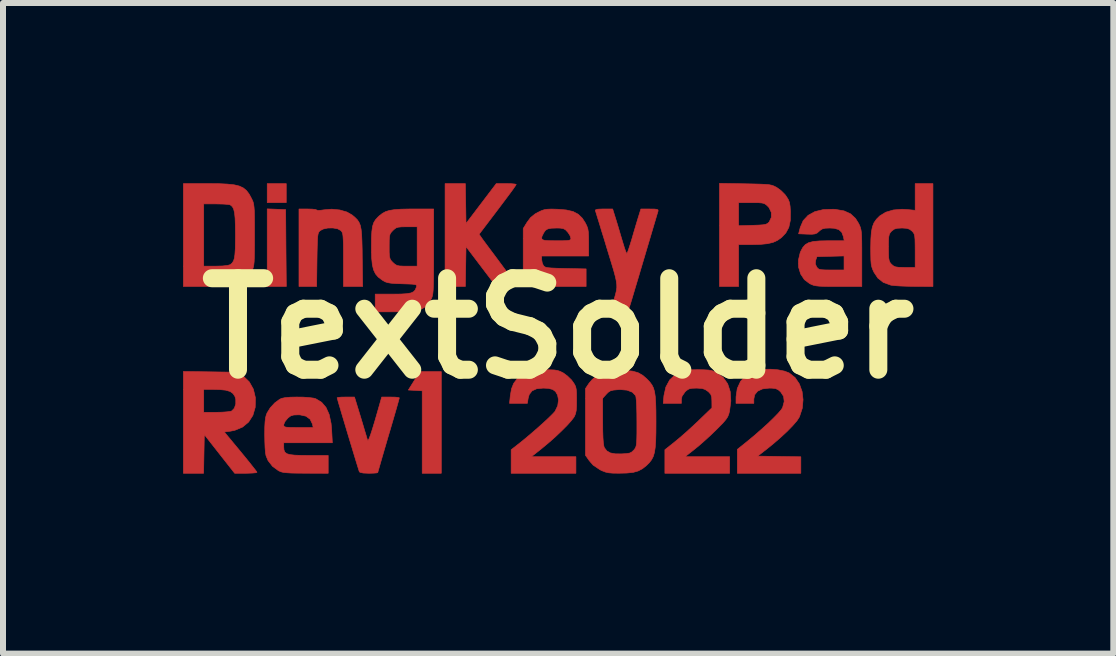
<source format=kicad_pcb>
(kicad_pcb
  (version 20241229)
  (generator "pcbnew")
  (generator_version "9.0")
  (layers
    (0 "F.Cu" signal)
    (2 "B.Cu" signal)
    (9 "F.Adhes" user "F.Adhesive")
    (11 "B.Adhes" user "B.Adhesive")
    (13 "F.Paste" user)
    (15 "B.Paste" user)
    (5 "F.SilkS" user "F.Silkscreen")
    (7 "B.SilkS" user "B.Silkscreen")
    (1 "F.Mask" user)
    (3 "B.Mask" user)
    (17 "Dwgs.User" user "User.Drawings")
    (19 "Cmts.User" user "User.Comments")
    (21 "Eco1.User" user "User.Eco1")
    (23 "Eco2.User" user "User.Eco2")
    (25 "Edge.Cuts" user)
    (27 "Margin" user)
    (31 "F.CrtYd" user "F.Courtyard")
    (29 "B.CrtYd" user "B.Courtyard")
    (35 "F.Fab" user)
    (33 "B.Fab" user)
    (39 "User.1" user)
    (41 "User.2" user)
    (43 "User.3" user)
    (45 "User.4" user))
  (footprint "TextSolder"
    (layer "F.Cu")
    (at 6.249 2.42)
    (property "Reference" "TextSolder" (at 0 0 0) (layer "F.SilkS") (effects (font (size 1.524 1.524) (thickness 0.3))))
    (attr through_hole exclude_from_pos_files exclude_from_bom)
    (fp_poly (pts (xy -4.53 -2.094) (xy -4.847 -2.094) (xy -4.847 -2.411) (xy -4.53 -2.411) (xy -4.53 -2.094)) (stroke (width 0.01) (type solid)) (fill yes) (layer "F.Cu"))
    (fp_poly (pts (xy -4.54 -1.978) (xy -4.535 -1.337) (xy -4.529 -0.697) (xy -4.847 -0.697) (xy -4.847 -1.99) (xy -4.54 -1.978)) (stroke (width 0.01) (type solid)) (fill yes) (layer "F.Cu"))
    (fp_poly (pts (xy -1.947 2.415) (xy -2.265 2.415) (xy -2.265 1.041) (xy -2.381 1.034) (xy -2.496 1.028) (xy -2.304 0.721) (xy -1.947 0.721) (xy -1.947 2.415)) (stroke (width 0.01) (type solid)) (fill yes) (layer "F.Cu"))
    (fp_poly (pts (xy -1.535 -1.747) (xy -1.283 -2.079) (xy -1.031 -2.411) (xy -0.865 -2.411) (xy -0.787 -2.41) (xy -0.729 -2.405) (xy -0.7 -2.399) (xy -0.699 -2.397) (xy -0.711 -2.376) (xy -0.745 -2.327) (xy -0.798 -2.254) (xy -0.867 -2.162) (xy -0.947 -2.055) (xy -1.008 -1.974) (xy -1.317 -1.567) (xy -1.268 -1.497) (xy -1.24 -1.458) (xy -1.191 -1.392) (xy -1.127 -1.306) (xy -1.052 -1.206) (xy -0.972 -1.098) (xy -0.968 -1.093) (xy -0.891 -0.989) (xy -0.821 -0.894) (xy -0.765 -0.816) (xy -0.725 -0.759) (xy -0.707 -0.73) (xy -0.706 -0.728) (xy -0.707 -0.712) (xy -0.728 -0.703) (xy -0.777 -0.698) (xy -0.861 -0.697) (xy -1.031 -0.697) (xy -1.283 -1.029) (xy -1.535 -1.361) (xy -1.546 -0.697) (xy -1.884 -0.697) (xy -1.884 -2.411) (xy -1.546 -2.411) (xy -1.535 -1.747)) (stroke (width 0.01) (type solid)) (fill yes) (layer "F.Cu"))
    (fp_poly (pts (xy -4.097 -1.986) (xy -4.044 -1.98) (xy -4.022 -1.971) (xy -4.022 -1.971) (xy -4.003 -1.964) (xy -3.954 -1.967) (xy -3.903 -1.974) (xy -3.771 -1.985) (xy -3.639 -1.972) (xy -3.52 -1.938) (xy -3.431 -1.887) (xy -3.383 -1.846) (xy -3.346 -1.809) (xy -3.318 -1.767) (xy -3.297 -1.717) (xy -3.283 -1.651) (xy -3.274 -1.564) (xy -3.269 -1.451) (xy -3.265 -1.305) (xy -3.264 -1.189) (xy -3.257 -0.697) (xy -3.577 -0.697) (xy -3.577 -1.141) (xy -3.577 -1.29) (xy -3.578 -1.403) (xy -3.581 -1.484) (xy -3.585 -1.541) (xy -3.591 -1.579) (xy -3.601 -1.604) (xy -3.614 -1.622) (xy -3.619 -1.628) (xy -3.673 -1.658) (xy -3.751 -1.672) (xy -3.837 -1.671) (xy -3.915 -1.654) (xy -3.961 -1.63) (xy -3.978 -1.616) (xy -3.99 -1.598) (xy -3.999 -1.573) (xy -4.006 -1.533) (xy -4.01 -1.473) (xy -4.013 -1.387) (xy -4.016 -1.27) (xy -4.018 -1.143) (xy -4.024 -0.697) (xy -4.318 -0.697) (xy -4.318 -1.988) (xy -4.17 -1.988) (xy -4.097 -1.986)) (stroke (width 0.01) (type solid)) (fill yes) (layer "F.Cu"))
    (fp_poly (pts (xy -5.791 0.725) (xy -5.338 0.732) (xy -5.246 0.796) (xy -5.146 0.892) (xy -5.078 1.013) (xy -5.044 1.155) (xy -5.044 1.161) (xy -5.047 1.316) (xy -5.086 1.45) (xy -5.157 1.561) (xy -5.258 1.645) (xy -5.387 1.699) (xy -5.462 1.714) (xy -5.562 1.727) (xy -5.29 2.055) (xy -5.208 2.155) (xy -5.135 2.245) (xy -5.077 2.319) (xy -5.036 2.371) (xy -5.018 2.397) (xy -5.018 2.399) (xy -5.037 2.406) (xy -5.089 2.411) (xy -5.164 2.414) (xy -5.203 2.415) (xy -5.389 2.415) (xy -5.642 2.093) (xy -5.895 1.771) (xy -5.901 2.093) (xy -5.907 2.415) (xy -6.244 2.415) (xy -6.244 1.399) (xy -5.905 1.399) (xy -5.692 1.399) (xy -5.598 1.397) (xy -5.516 1.391) (xy -5.459 1.383) (xy -5.44 1.378) (xy -5.395 1.332) (xy -5.371 1.262) (xy -5.371 1.183) (xy -5.384 1.137) (xy -5.416 1.087) (xy -5.465 1.052) (xy -5.54 1.03) (xy -5.645 1.02) (xy -5.741 1.018) (xy -5.905 1.018) (xy -5.905 1.399) (xy -6.244 1.399) (xy -6.244 0.719) (xy -5.791 0.725)) (stroke (width 0.01) (type solid)) (fill yes) (layer "F.Cu"))
    (fp_poly (pts (xy 3.117 -2.408) (xy 3.263 -2.405) (xy 3.373 -2.402) (xy 3.454 -2.398) (xy 3.513 -2.393) (xy 3.557 -2.384) (xy 3.592 -2.372) (xy 3.624 -2.356) (xy 3.64 -2.348) (xy 3.71 -2.297) (xy 3.778 -2.23) (xy 3.798 -2.203) (xy 3.832 -2.15) (xy 3.853 -2.099) (xy 3.864 -2.035) (xy 3.87 -1.945) (xy 3.87 -1.943) (xy 3.868 -1.798) (xy 3.843 -1.682) (xy 3.793 -1.589) (xy 3.722 -1.514) (xy 3.655 -1.466) (xy 3.578 -1.431) (xy 3.485 -1.41) (xy 3.365 -1.398) (xy 3.229 -1.395) (xy 3.006 -1.395) (xy 3.006 -0.697) (xy 2.688 -0.697) (xy 2.688 -2.094) (xy 3.006 -2.094) (xy 3.006 -1.709) (xy 3.24 -1.716) (xy 3.344 -1.72) (xy 3.414 -1.725) (xy 3.46 -1.734) (xy 3.489 -1.747) (xy 3.51 -1.767) (xy 3.516 -1.773) (xy 3.552 -1.849) (xy 3.551 -1.932) (xy 3.514 -2.01) (xy 3.494 -2.032) (xy 3.464 -2.06) (xy 3.435 -2.078) (xy 3.397 -2.088) (xy 3.341 -2.093) (xy 3.255 -2.094) (xy 3.219 -2.094) (xy 3.006 -2.094) (xy 2.688 -2.094) (xy 2.688 -2.415) (xy 3.117 -2.408)) (stroke (width 0.01) (type solid)) (fill yes) (layer "F.Cu"))
    (fp_poly (pts (xy 3.662 0.691) (xy 3.771 0.713) (xy 3.85 0.744) (xy 3.947 0.821) (xy 4.019 0.927) (xy 4.064 1.052) (xy 4.08 1.19) (xy 4.067 1.332) (xy 4.021 1.472) (xy 4.018 1.478) (xy 3.979 1.539) (xy 3.91 1.619) (xy 3.819 1.713) (xy 3.709 1.815) (xy 3.588 1.92) (xy 3.477 2.01) (xy 3.324 2.129) (xy 3.683 2.135) (xy 4.043 2.14) (xy 4.043 2.415) (xy 2.985 2.415) (xy 2.985 2.017) (xy 3.138 1.894) (xy 3.264 1.79) (xy 3.384 1.685) (xy 3.495 1.585) (xy 3.59 1.493) (xy 3.667 1.414) (xy 3.718 1.354) (xy 3.739 1.321) (xy 3.766 1.22) (xy 3.756 1.134) (xy 3.708 1.061) (xy 3.706 1.058) (xy 3.665 1.023) (xy 3.623 1.004) (xy 3.565 0.997) (xy 3.517 0.996) (xy 3.405 1.009) (xy 3.323 1.047) (xy 3.274 1.108) (xy 3.26 1.178) (xy 3.26 1.25) (xy 2.963 1.25) (xy 2.964 1.139) (xy 2.984 1.002) (xy 3.039 0.883) (xy 3.126 0.787) (xy 3.241 0.72) (xy 3.308 0.699) (xy 3.416 0.683) (xy 3.539 0.681) (xy 3.662 0.691)) (stroke (width 0.01) (type solid)) (fill yes) (layer "F.Cu"))
    (fp_poly (pts (xy -3.291 1.478) (xy -3.256 1.594) (xy -3.225 1.699) (xy -3.199 1.784) (xy -3.182 1.843) (xy -3.176 1.862) (xy -3.167 1.866) (xy -3.15 1.837) (xy -3.125 1.772) (xy -3.092 1.67) (xy -3.05 1.531) (xy -2.999 1.353) (xy -2.959 1.213) (xy -2.94 1.145) (xy -2.793 1.145) (xy -2.72 1.146) (xy -2.668 1.151) (xy -2.646 1.158) (xy -2.646 1.158) (xy -2.652 1.181) (xy -2.668 1.24) (xy -2.693 1.329) (xy -2.726 1.443) (xy -2.765 1.577) (xy -2.809 1.727) (xy -2.826 1.783) (xy -2.871 1.937) (xy -2.912 2.077) (xy -2.947 2.198) (xy -2.975 2.296) (xy -2.995 2.365) (xy -3.005 2.401) (xy -3.006 2.404) (xy -3.025 2.409) (xy -3.076 2.413) (xy -3.148 2.415) (xy -3.154 2.415) (xy -3.248 2.411) (xy -3.301 2.399) (xy -3.313 2.388) (xy -3.323 2.357) (xy -3.343 2.292) (xy -3.371 2.201) (xy -3.405 2.089) (xy -3.443 1.963) (xy -3.484 1.828) (xy -3.525 1.691) (xy -3.565 1.557) (xy -3.602 1.434) (xy -3.634 1.325) (xy -3.66 1.239) (xy -3.676 1.181) (xy -3.683 1.157) (xy -3.683 1.157) (xy -3.664 1.151) (xy -3.613 1.146) (xy -3.541 1.145) (xy -3.538 1.145) (xy -3.393 1.145) (xy -3.291 1.478)) (stroke (width 0.01) (type solid)) (fill yes) (layer "F.Cu"))
    (fp_poly (pts (xy 2.426 0.691) (xy 2.503 0.695) (xy 2.56 0.705) (xy 2.606 0.721) (xy 2.639 0.737) (xy 2.748 0.817) (xy 2.824 0.924) (xy 2.867 1.055) (xy 2.877 1.211) (xy 2.855 1.382) (xy 2.842 1.431) (xy 2.824 1.475) (xy 2.794 1.52) (xy 2.748 1.574) (xy 2.678 1.646) (xy 2.638 1.686) (xy 2.545 1.776) (xy 2.442 1.87) (xy 2.345 1.955) (xy 2.279 2.009) (xy 2.114 2.139) (xy 2.857 2.139) (xy 2.857 2.415) (xy 1.778 2.415) (xy 1.778 2.219) (xy 1.778 2.023) (xy 1.951 1.885) (xy 2.034 1.816) (xy 2.135 1.728) (xy 2.24 1.632) (xy 2.339 1.54) (xy 2.342 1.536) (xy 2.562 1.324) (xy 2.561 1.215) (xy 2.558 1.146) (xy 2.543 1.101) (xy 2.51 1.063) (xy 2.496 1.051) (xy 2.449 1.019) (xy 2.398 1.002) (xy 2.326 0.997) (xy 2.304 0.996) (xy 2.228 0.999) (xy 2.179 1.01) (xy 2.14 1.035) (xy 2.115 1.058) (xy 2.064 1.131) (xy 2.053 1.185) (xy 2.053 1.25) (xy 1.751 1.25) (xy 1.762 1.123) (xy 1.794 0.979) (xy 1.858 0.86) (xy 1.954 0.768) (xy 1.985 0.748) (xy 2.032 0.722) (xy 2.076 0.705) (xy 2.126 0.695) (xy 2.194 0.691) (xy 2.29 0.69) (xy 2.318 0.689) (xy 2.426 0.691)) (stroke (width 0.01) (type solid)) (fill yes) (layer "F.Cu"))
    (fp_poly (pts (xy 0.972 -1.782) (xy 1.006 -1.67) (xy 1.041 -1.55) (xy 1.073 -1.443) (xy 1.083 -1.411) (xy 1.106 -1.335) (xy 1.127 -1.278) (xy 1.141 -1.249) (xy 1.144 -1.247) (xy 1.155 -1.266) (xy 1.174 -1.318) (xy 1.199 -1.395) (xy 1.227 -1.485) (xy 1.259 -1.596) (xy 1.292 -1.707) (xy 1.321 -1.804) (xy 1.337 -1.856) (xy 1.378 -1.988) (xy 1.526 -1.988) (xy 1.604 -1.987) (xy 1.647 -1.982) (xy 1.665 -1.971) (xy 1.664 -1.953) (xy 1.664 -1.951) (xy 1.655 -1.923) (xy 1.636 -1.859) (xy 1.608 -1.764) (xy 1.572 -1.643) (xy 1.53 -1.501) (xy 1.483 -1.343) (xy 1.439 -1.194) (xy 1.388 -1.023) (xy 1.34 -0.86) (xy 1.295 -0.711) (xy 1.257 -0.583) (xy 1.226 -0.479) (xy 1.204 -0.407) (xy 1.193 -0.374) (xy 1.161 -0.274) (xy 0.871 -0.274) (xy 0.912 -0.416) (xy 0.937 -0.5) (xy 0.956 -0.568) (xy 0.97 -0.626) (xy 0.977 -0.679) (xy 0.976 -0.733) (xy 0.967 -0.796) (xy 0.95 -0.872) (xy 0.924 -0.968) (xy 0.887 -1.09) (xy 0.84 -1.244) (xy 0.813 -1.332) (xy 0.767 -1.485) (xy 0.723 -1.626) (xy 0.686 -1.749) (xy 0.655 -1.848) (xy 0.633 -1.92) (xy 0.621 -1.958) (xy 0.619 -1.962) (xy 0.626 -1.976) (xy 0.662 -1.985) (xy 0.733 -1.988) (xy 0.759 -1.988) (xy 0.908 -1.988) (xy 0.972 -1.782)) (stroke (width 0.01) (type solid)) (fill yes) (layer "F.Cu"))
    (fp_poly (pts (xy -5.654 -2.41) (xy -5.511 -2.403) (xy -5.398 -2.391) (xy -5.311 -2.37) (xy -5.244 -2.338) (xy -5.192 -2.295) (xy -5.149 -2.238) (xy -5.112 -2.17) (xy -5.095 -2.136) (xy -5.082 -2.104) (xy -5.073 -2.067) (xy -5.067 -2.021) (xy -5.062 -1.958) (xy -5.06 -1.873) (xy -5.059 -1.76) (xy -5.059 -1.613) (xy -5.059 -1.554) (xy -5.059 -1.394) (xy -5.06 -1.27) (xy -5.062 -1.176) (xy -5.065 -1.107) (xy -5.071 -1.056) (xy -5.079 -1.016) (xy -5.09 -0.983) (xy -5.105 -0.95) (xy -5.112 -0.938) (xy -5.152 -0.866) (xy -5.195 -0.81) (xy -5.249 -0.768) (xy -5.317 -0.737) (xy -5.405 -0.717) (xy -5.519 -0.704) (xy -5.665 -0.698) (xy -5.835 -0.697) (xy -6.244 -0.697) (xy -6.244 -2.073) (xy -5.905 -2.073) (xy -5.905 -1.036) (xy -5.699 -1.036) (xy -5.589 -1.039) (xy -5.508 -1.048) (xy -5.462 -1.061) (xy -5.459 -1.063) (xy -5.431 -1.089) (xy -5.409 -1.122) (xy -5.394 -1.168) (xy -5.385 -1.233) (xy -5.379 -1.324) (xy -5.377 -1.446) (xy -5.376 -1.554) (xy -5.378 -1.712) (xy -5.382 -1.833) (xy -5.391 -1.922) (xy -5.406 -1.985) (xy -5.427 -2.026) (xy -5.455 -2.051) (xy -5.473 -2.06) (xy -5.508 -2.065) (xy -5.574 -2.07) (xy -5.66 -2.072) (xy -5.706 -2.073) (xy -5.905 -2.073) (xy -6.244 -2.073) (xy -6.244 -2.411) (xy -5.835 -2.411) (xy -5.654 -2.41)) (stroke (width 0.01) (type solid)) (fill yes) (layer "F.Cu"))
    (fp_poly (pts (xy -0.137 0.691) (xy -0.062 0.694) (xy -0.008 0.703) (xy 0.037 0.719) (xy 0.083 0.742) (xy 0.084 0.742) (xy 0.154 0.794) (xy 0.222 0.86) (xy 0.242 0.887) (xy 0.272 0.931) (xy 0.291 0.97) (xy 0.301 1.016) (xy 0.306 1.078) (xy 0.307 1.17) (xy 0.307 1.194) (xy 0.306 1.297) (xy 0.301 1.37) (xy 0.29 1.421) (xy 0.273 1.463) (xy 0.261 1.484) (xy 0.216 1.542) (xy 0.146 1.62) (xy 0.056 1.71) (xy -0.047 1.808) (xy -0.156 1.904) (xy -0.264 1.994) (xy -0.282 2.009) (xy -0.447 2.139) (xy 0.296 2.139) (xy 0.296 2.415) (xy -0.783 2.415) (xy -0.783 2.219) (xy -0.783 2.023) (xy -0.629 1.902) (xy -0.538 1.828) (xy -0.439 1.744) (xy -0.339 1.657) (xy -0.244 1.572) (xy -0.161 1.495) (xy -0.096 1.431) (xy -0.056 1.388) (xy -0.051 1.381) (xy -0.007 1.289) (xy 0.006 1.192) (xy -0.01 1.111) (xy -0.044 1.053) (xy -0.092 1.018) (xy -0.164 1) (xy -0.25 0.996) (xy -0.359 1.007) (xy -0.435 1.042) (xy -0.482 1.103) (xy -0.5 1.167) (xy -0.513 1.25) (xy -0.81 1.25) (xy -0.797 1.123) (xy -0.777 1.007) (xy -0.741 0.917) (xy -0.681 0.838) (xy -0.664 0.819) (xy -0.605 0.766) (xy -0.547 0.729) (xy -0.481 0.706) (xy -0.397 0.694) (xy -0.283 0.69) (xy -0.243 0.69) (xy -0.137 0.691)) (stroke (width 0.01) (type solid)) (fill yes) (layer "F.Cu"))
    (fp_poly (pts (xy 6.244 -0.697) (xy 5.932 -0.699) (xy 5.814 -0.701) (xy 5.704 -0.705) (xy 5.612 -0.711) (xy 5.55 -0.718) (xy 5.537 -0.721) (xy 5.417 -0.765) (xy 5.326 -0.837) (xy 5.261 -0.935) (xy 5.24 -0.981) (xy 5.225 -1.024) (xy 5.215 -1.073) (xy 5.21 -1.137) (xy 5.208 -1.226) (xy 5.207 -1.341) (xy 5.207 -1.343) (xy 5.503 -1.343) (xy 5.504 -1.242) (xy 5.507 -1.173) (xy 5.515 -1.129) (xy 5.528 -1.098) (xy 5.549 -1.072) (xy 5.555 -1.066) (xy 5.586 -1.04) (xy 5.621 -1.024) (xy 5.671 -1.017) (xy 5.749 -1.015) (xy 5.778 -1.014) (xy 5.948 -1.014) (xy 5.948 -1.291) (xy 5.947 -1.404) (xy 5.945 -1.483) (xy 5.94 -1.536) (xy 5.931 -1.571) (xy 5.917 -1.596) (xy 5.896 -1.619) (xy 5.856 -1.65) (xy 5.808 -1.666) (xy 5.735 -1.671) (xy 5.726 -1.671) (xy 5.65 -1.667) (xy 5.6 -1.653) (xy 5.56 -1.623) (xy 5.555 -1.619) (xy 5.532 -1.593) (xy 5.517 -1.564) (xy 5.508 -1.523) (xy 5.504 -1.461) (xy 5.503 -1.368) (xy 5.503 -1.343) (xy 5.207 -1.343) (xy 5.21 -1.489) (xy 5.218 -1.603) (xy 5.235 -1.69) (xy 5.262 -1.759) (xy 5.302 -1.817) (xy 5.357 -1.872) (xy 5.361 -1.875) (xy 5.459 -1.935) (xy 5.585 -1.972) (xy 5.731 -1.984) (xy 5.815 -1.979) (xy 5.948 -1.966) (xy 5.948 -2.411) (xy 6.244 -2.411) (xy 6.244 -0.697)) (stroke (width 0.01) (type solid)) (fill yes) (layer "F.Cu"))
    (fp_poly (pts (xy -4.252 1.146) (xy -4.153 1.153) (xy -4.074 1.163) (xy -4.037 1.174) (xy -3.94 1.233) (xy -3.867 1.319) (xy -3.815 1.435) (xy -3.783 1.585) (xy -3.773 1.7) (xy -3.762 1.907) (xy -4.572 1.907) (xy -4.572 1.979) (xy -4.568 2.027) (xy -4.553 2.063) (xy -4.522 2.088) (xy -4.469 2.104) (xy -4.388 2.113) (xy -4.275 2.117) (xy -4.155 2.118) (xy -3.831 2.118) (xy -3.831 2.415) (xy -4.207 2.414) (xy -4.346 2.413) (xy -4.449 2.411) (xy -4.525 2.406) (xy -4.579 2.4) (xy -4.619 2.39) (xy -4.653 2.375) (xy -4.659 2.372) (xy -4.758 2.3) (xy -4.833 2.204) (xy -4.867 2.123) (xy -4.876 2.072) (xy -4.883 1.989) (xy -4.887 1.886) (xy -4.889 1.775) (xy -4.889 1.769) (xy -4.888 1.646) (xy -4.886 1.609) (xy -4.572 1.609) (xy -4.57 1.627) (xy -4.558 1.64) (xy -4.53 1.647) (xy -4.479 1.651) (xy -4.397 1.652) (xy -4.326 1.653) (xy -4.081 1.653) (xy -4.094 1.594) (xy -4.132 1.515) (xy -4.201 1.464) (xy -4.3 1.442) (xy -4.331 1.441) (xy -4.405 1.444) (xy -4.454 1.458) (xy -4.496 1.489) (xy -4.51 1.503) (xy -4.55 1.552) (xy -4.571 1.599) (xy -4.572 1.609) (xy -4.886 1.609) (xy -4.883 1.556) (xy -4.875 1.49) (xy -4.862 1.44) (xy -4.849 1.409) (xy -4.795 1.322) (xy -4.721 1.242) (xy -4.641 1.183) (xy -4.608 1.167) (xy -4.55 1.155) (xy -4.463 1.147) (xy -4.36 1.145) (xy -4.252 1.146)) (stroke (width 0.01) (type solid)) (fill yes) (layer "F.Cu"))
    (fp_poly (pts (xy 4.621 -1.981) (xy 4.762 -1.957) (xy 4.871 -1.908) (xy 4.954 -1.831) (xy 5.004 -1.751) (xy 5.022 -1.715) (xy 5.035 -1.681) (xy 5.045 -1.643) (xy 5.052 -1.596) (xy 5.056 -1.532) (xy 5.058 -1.446) (xy 5.059 -1.33) (xy 5.059 -1.179) (xy 5.059 -1.169) (xy 5.059 -0.697) (xy 4.672 -0.697) (xy 4.533 -0.697) (xy 4.429 -0.699) (xy 4.353 -0.702) (xy 4.297 -0.708) (xy 4.255 -0.717) (xy 4.219 -0.731) (xy 4.19 -0.745) (xy 4.102 -0.811) (xy 4.04 -0.905) (xy 4.006 -1.016) (xy 4.004 -1.074) (xy 4.284 -1.074) (xy 4.306 -1.024) (xy 4.324 -1.001) (xy 4.346 -0.985) (xy 4.382 -0.977) (xy 4.441 -0.973) (xy 4.531 -0.972) (xy 4.551 -0.972) (xy 4.763 -0.972) (xy 4.763 -1.206) (xy 4.537 -1.2) (xy 4.311 -1.194) (xy 4.291 -1.135) (xy 4.284 -1.074) (xy 4.004 -1.074) (xy 4.003 -1.137) (xy 4.032 -1.26) (xy 4.042 -1.284) (xy 4.077 -1.349) (xy 4.119 -1.396) (xy 4.174 -1.427) (xy 4.251 -1.447) (xy 4.355 -1.456) (xy 4.494 -1.459) (xy 4.766 -1.459) (xy 4.752 -1.528) (xy 4.725 -1.6) (xy 4.676 -1.645) (xy 4.598 -1.667) (xy 4.526 -1.671) (xy 4.45 -1.668) (xy 4.4 -1.656) (xy 4.361 -1.63) (xy 4.347 -1.617) (xy 4.314 -1.588) (xy 4.278 -1.573) (xy 4.227 -1.567) (xy 4.15 -1.569) (xy 4.006 -1.575) (xy 4.033 -1.68) (xy 4.082 -1.794) (xy 4.164 -1.882) (xy 4.276 -1.944) (xy 4.416 -1.978) (xy 4.583 -1.984) (xy 4.621 -1.981)) (stroke (width 0.01) (type solid)) (fill yes) (layer "F.Cu"))
    (fp_poly (pts (xy -0.012 -1.984) (xy -0.01 -1.984) (xy 0.135 -1.972) (xy 0.248 -1.946) (xy 0.334 -1.901) (xy 0.403 -1.834) (xy 0.451 -1.759) (xy 0.477 -1.708) (xy 0.494 -1.66) (xy 0.503 -1.605) (xy 0.507 -1.531) (xy 0.508 -1.43) (xy 0.508 -1.205) (xy -0.275 -1.205) (xy -0.275 -1.145) (xy -0.264 -1.085) (xy -0.245 -1.045) (xy -0.23 -1.029) (xy -0.208 -1.018) (xy -0.171 -1.01) (xy -0.112 -1.005) (xy -0.027 -1.001) (xy 0.094 -0.998) (xy 0.125 -0.997) (xy 0.466 -0.99) (xy 0.466 -0.697) (xy 0.099 -0.697) (xy -0.036 -0.697) (xy -0.136 -0.699) (xy -0.208 -0.702) (xy -0.261 -0.709) (xy -0.301 -0.719) (xy -0.337 -0.734) (xy -0.362 -0.746) (xy -0.432 -0.795) (xy -0.499 -0.86) (xy -0.519 -0.886) (xy -0.582 -0.976) (xy -0.582 -1.499) (xy -0.276 -1.499) (xy -0.262 -1.477) (xy -0.222 -1.465) (xy -0.149 -1.46) (xy -0.04 -1.459) (xy -0.032 -1.459) (xy 0.073 -1.459) (xy 0.142 -1.462) (xy 0.184 -1.467) (xy 0.204 -1.476) (xy 0.211 -1.491) (xy 0.212 -1.5) (xy 0.199 -1.542) (xy 0.166 -1.594) (xy 0.157 -1.605) (xy 0.121 -1.643) (xy 0.084 -1.662) (xy 0.031 -1.67) (xy -0.021 -1.671) (xy -0.112 -1.668) (xy -0.171 -1.657) (xy -0.21 -1.634) (xy -0.238 -1.595) (xy -0.244 -1.584) (xy -0.269 -1.534) (xy -0.276 -1.499) (xy -0.582 -1.499) (xy -0.582 -1.663) (xy -0.518 -1.767) (xy -0.458 -1.847) (xy -0.383 -1.907) (xy -0.339 -1.931) (xy -0.282 -1.959) (xy -0.233 -1.976) (xy -0.181 -1.984) (xy -0.111 -1.987) (xy -0.012 -1.984)) (stroke (width 0.01) (type solid)) (fill yes) (layer "F.Cu"))
    (fp_poly (pts (xy 1.239 0.713) (xy 1.331 0.739) (xy 1.409 0.783) (xy 1.482 0.847) (xy 1.527 0.895) (xy 1.562 0.942) (xy 1.588 0.994) (xy 1.606 1.057) (xy 1.618 1.138) (xy 1.625 1.241) (xy 1.629 1.375) (xy 1.63 1.544) (xy 1.63 1.561) (xy 1.629 1.737) (xy 1.625 1.876) (xy 1.617 1.985) (xy 1.604 2.069) (xy 1.584 2.136) (xy 1.556 2.19) (xy 1.519 2.238) (xy 1.472 2.285) (xy 1.404 2.339) (xy 1.334 2.376) (xy 1.25 2.4) (xy 1.143 2.411) (xy 1.015 2.414) (xy 0.914 2.413) (xy 0.842 2.407) (xy 0.785 2.394) (xy 0.729 2.372) (xy 0.697 2.356) (xy 0.583 2.279) (xy 0.519 2.206) (xy 0.455 2.115) (xy 0.455 1.166) (xy 0.741 1.166) (xy 0.742 1.552) (xy 0.743 1.708) (xy 0.747 1.826) (xy 0.753 1.91) (xy 0.762 1.965) (xy 0.77 1.989) (xy 0.812 2.043) (xy 0.87 2.076) (xy 0.952 2.091) (xy 1.055 2.092) (xy 1.138 2.087) (xy 1.192 2.078) (xy 1.227 2.06) (xy 1.258 2.031) (xy 1.262 2.027) (xy 1.279 2.005) (xy 1.292 1.982) (xy 1.301 1.951) (xy 1.307 1.906) (xy 1.31 1.841) (xy 1.312 1.749) (xy 1.312 1.623) (xy 1.312 1.565) (xy 1.311 1.425) (xy 1.308 1.304) (xy 1.303 1.209) (xy 1.296 1.145) (xy 1.291 1.122) (xy 1.236 1.064) (xy 1.148 1.03) (xy 1.03 1.02) (xy 0.999 1.022) (xy 0.921 1.029) (xy 0.87 1.042) (xy 0.832 1.067) (xy 0.802 1.098) (xy 0.741 1.166) (xy 0.455 1.166) (xy 0.455 1.004) (xy 0.513 0.917) (xy 0.567 0.853) (xy 0.638 0.793) (xy 0.671 0.771) (xy 0.725 0.742) (xy 0.777 0.724) (xy 0.841 0.712) (xy 0.928 0.706) (xy 0.979 0.703) (xy 1.125 0.702) (xy 1.239 0.713)) (stroke (width 0.01) (type solid)) (fill yes) (layer "F.Cu"))
    (fp_poly (pts (xy -2.074 -1.278) (xy -2.074 -1.084) (xy -2.075 -0.928) (xy -2.076 -0.805) (xy -2.079 -0.71) (xy -2.082 -0.639) (xy -2.087 -0.586) (xy -2.093 -0.547) (xy -2.102 -0.518) (xy -2.112 -0.494) (xy -2.114 -0.49) (xy -2.156 -0.42) (xy -2.203 -0.366) (xy -2.263 -0.328) (xy -2.341 -0.301) (xy -2.443 -0.285) (xy -2.576 -0.277) (xy -2.725 -0.275) (xy -3.048 -0.274) (xy -3.048 -0.57) (xy -2.754 -0.57) (xy -2.621 -0.571) (xy -2.523 -0.577) (xy -2.455 -0.589) (xy -2.41 -0.609) (xy -2.382 -0.639) (xy -2.364 -0.681) (xy -2.361 -0.689) (xy -2.357 -0.709) (xy -2.363 -0.722) (xy -2.386 -0.73) (xy -2.432 -0.736) (xy -2.509 -0.739) (xy -2.599 -0.742) (xy -2.708 -0.746) (xy -2.785 -0.752) (xy -2.84 -0.761) (xy -2.882 -0.775) (xy -2.921 -0.797) (xy -2.936 -0.807) (xy -2.998 -0.854) (xy -3.043 -0.907) (xy -3.075 -0.973) (xy -3.096 -1.059) (xy -3.107 -1.171) (xy -3.111 -1.317) (xy -3.111 -1.36) (xy -3.111 -1.364) (xy -2.815 -1.364) (xy -2.815 -1.269) (xy -2.811 -1.205) (xy -2.802 -1.164) (xy -2.786 -1.133) (xy -2.759 -1.103) (xy -2.753 -1.097) (xy -2.719 -1.067) (xy -2.686 -1.048) (xy -2.642 -1.039) (xy -2.574 -1.036) (xy -2.52 -1.036) (xy -2.349 -1.036) (xy -2.349 -1.692) (xy -2.52 -1.692) (xy -2.607 -1.691) (xy -2.663 -1.685) (xy -2.701 -1.673) (xy -2.733 -1.649) (xy -2.753 -1.63) (xy -2.782 -1.599) (xy -2.8 -1.57) (xy -2.81 -1.531) (xy -2.814 -1.472) (xy -2.815 -1.383) (xy -2.815 -1.364) (xy -3.111 -1.364) (xy -3.11 -1.505) (xy -3.104 -1.614) (xy -3.093 -1.696) (xy -3.073 -1.759) (xy -3.043 -1.809) (xy -3.001 -1.855) (xy -2.978 -1.876) (xy -2.928 -1.915) (xy -2.875 -1.944) (xy -2.811 -1.964) (xy -2.729 -1.977) (xy -2.622 -1.985) (xy -2.484 -1.988) (xy -2.408 -1.988) (xy -2.074 -1.988) (xy -2.074 -1.278)) (stroke (width 0.01) (type solid)) (fill yes) (layer "F.Cu"))
    (fp_poly (pts (xy -4.53 -2.094) (xy -4.847 -2.094) (xy -4.847 -2.411) (xy -4.53 -2.411) (xy -4.53 -2.094)) (stroke (width 0.01) (type solid)) (fill yes) (layer "F.Mask"))
    (fp_poly (pts (xy -4.54 -1.978) (xy -4.535 -1.337) (xy -4.529 -0.697) (xy -4.847 -0.697) (xy -4.847 -1.99) (xy -4.54 -1.978)) (stroke (width 0.01) (type solid)) (fill yes) (layer "F.Mask"))
    (fp_poly (pts (xy -1.947 2.415) (xy -2.265 2.415) (xy -2.265 1.041) (xy -2.381 1.034) (xy -2.496 1.028) (xy -2.304 0.721) (xy -1.947 0.721) (xy -1.947 2.415)) (stroke (width 0.01) (type solid)) (fill yes) (layer "F.Mask"))
    (fp_poly (pts (xy -1.535 -1.747) (xy -1.283 -2.079) (xy -1.031 -2.411) (xy -0.865 -2.411) (xy -0.787 -2.41) (xy -0.729 -2.405) (xy -0.7 -2.399) (xy -0.699 -2.397) (xy -0.711 -2.376) (xy -0.745 -2.327) (xy -0.798 -2.254) (xy -0.867 -2.162) (xy -0.947 -2.055) (xy -1.008 -1.974) (xy -1.317 -1.567) (xy -1.268 -1.497) (xy -1.24 -1.458) (xy -1.191 -1.392) (xy -1.127 -1.306) (xy -1.052 -1.206) (xy -0.972 -1.098) (xy -0.968 -1.093) (xy -0.891 -0.989) (xy -0.821 -0.894) (xy -0.765 -0.816) (xy -0.725 -0.759) (xy -0.707 -0.73) (xy -0.706 -0.728) (xy -0.707 -0.712) (xy -0.728 -0.703) (xy -0.777 -0.698) (xy -0.861 -0.697) (xy -1.031 -0.697) (xy -1.283 -1.029) (xy -1.535 -1.361) (xy -1.546 -0.697) (xy -1.884 -0.697) (xy -1.884 -2.411) (xy -1.546 -2.411) (xy -1.535 -1.747)) (stroke (width 0.01) (type solid)) (fill yes) (layer "F.Mask"))
    (fp_poly (pts (xy -4.097 -1.986) (xy -4.044 -1.98) (xy -4.022 -1.971) (xy -4.022 -1.971) (xy -4.003 -1.964) (xy -3.954 -1.967) (xy -3.903 -1.974) (xy -3.771 -1.985) (xy -3.639 -1.972) (xy -3.52 -1.938) (xy -3.431 -1.887) (xy -3.383 -1.846) (xy -3.346 -1.809) (xy -3.318 -1.767) (xy -3.297 -1.717) (xy -3.283 -1.651) (xy -3.274 -1.564) (xy -3.269 -1.451) (xy -3.265 -1.305) (xy -3.264 -1.189) (xy -3.257 -0.697) (xy -3.577 -0.697) (xy -3.577 -1.141) (xy -3.577 -1.29) (xy -3.578 -1.403) (xy -3.581 -1.484) (xy -3.585 -1.541) (xy -3.591 -1.579) (xy -3.601 -1.604) (xy -3.614 -1.622) (xy -3.619 -1.628) (xy -3.673 -1.658) (xy -3.751 -1.672) (xy -3.837 -1.671) (xy -3.915 -1.654) (xy -3.961 -1.63) (xy -3.978 -1.616) (xy -3.99 -1.598) (xy -3.999 -1.573) (xy -4.006 -1.533) (xy -4.01 -1.473) (xy -4.013 -1.387) (xy -4.016 -1.27) (xy -4.018 -1.143) (xy -4.024 -0.697) (xy -4.318 -0.697) (xy -4.318 -1.988) (xy -4.17 -1.988) (xy -4.097 -1.986)) (stroke (width 0.01) (type solid)) (fill yes) (layer "F.Mask"))
    (fp_poly (pts (xy -5.791 0.725) (xy -5.338 0.732) (xy -5.246 0.796) (xy -5.146 0.892) (xy -5.078 1.013) (xy -5.044 1.155) (xy -5.044 1.161) (xy -5.047 1.316) (xy -5.086 1.45) (xy -5.157 1.561) (xy -5.258 1.645) (xy -5.387 1.699) (xy -5.462 1.714) (xy -5.562 1.727) (xy -5.29 2.055) (xy -5.208 2.155) (xy -5.135 2.245) (xy -5.077 2.319) (xy -5.036 2.371) (xy -5.018 2.397) (xy -5.018 2.399) (xy -5.037 2.406) (xy -5.089 2.411) (xy -5.164 2.414) (xy -5.203 2.415) (xy -5.389 2.415) (xy -5.642 2.093) (xy -5.895 1.771) (xy -5.901 2.093) (xy -5.907 2.415) (xy -6.244 2.415) (xy -6.244 1.399) (xy -5.905 1.399) (xy -5.692 1.399) (xy -5.598 1.397) (xy -5.516 1.391) (xy -5.459 1.383) (xy -5.44 1.378) (xy -5.395 1.332) (xy -5.371 1.262) (xy -5.371 1.183) (xy -5.384 1.137) (xy -5.416 1.087) (xy -5.465 1.052) (xy -5.54 1.03) (xy -5.645 1.02) (xy -5.741 1.018) (xy -5.905 1.018) (xy -5.905 1.399) (xy -6.244 1.399) (xy -6.244 0.719) (xy -5.791 0.725)) (stroke (width 0.01) (type solid)) (fill yes) (layer "F.Mask"))
    (fp_poly (pts (xy 3.117 -2.408) (xy 3.263 -2.405) (xy 3.373 -2.402) (xy 3.454 -2.398) (xy 3.513 -2.393) (xy 3.557 -2.384) (xy 3.592 -2.372) (xy 3.624 -2.356) (xy 3.64 -2.348) (xy 3.71 -2.297) (xy 3.778 -2.23) (xy 3.798 -2.203) (xy 3.832 -2.15) (xy 3.853 -2.099) (xy 3.864 -2.035) (xy 3.87 -1.945) (xy 3.87 -1.943) (xy 3.868 -1.798) (xy 3.843 -1.682) (xy 3.793 -1.589) (xy 3.722 -1.514) (xy 3.655 -1.466) (xy 3.578 -1.431) (xy 3.485 -1.41) (xy 3.365 -1.398) (xy 3.229 -1.395) (xy 3.006 -1.395) (xy 3.006 -0.697) (xy 2.688 -0.697) (xy 2.688 -2.094) (xy 3.006 -2.094) (xy 3.006 -1.709) (xy 3.24 -1.716) (xy 3.344 -1.72) (xy 3.414 -1.725) (xy 3.46 -1.734) (xy 3.489 -1.747) (xy 3.51 -1.767) (xy 3.516 -1.773) (xy 3.552 -1.849) (xy 3.551 -1.932) (xy 3.514 -2.01) (xy 3.494 -2.032) (xy 3.464 -2.06) (xy 3.435 -2.078) (xy 3.397 -2.088) (xy 3.341 -2.093) (xy 3.255 -2.094) (xy 3.219 -2.094) (xy 3.006 -2.094) (xy 2.688 -2.094) (xy 2.688 -2.415) (xy 3.117 -2.408)) (stroke (width 0.01) (type solid)) (fill yes) (layer "F.Mask"))
    (fp_poly (pts (xy 3.662 0.691) (xy 3.771 0.713) (xy 3.85 0.744) (xy 3.947 0.821) (xy 4.019 0.927) (xy 4.064 1.052) (xy 4.08 1.19) (xy 4.067 1.332) (xy 4.021 1.472) (xy 4.018 1.478) (xy 3.979 1.539) (xy 3.91 1.619) (xy 3.819 1.713) (xy 3.709 1.815) (xy 3.588 1.92) (xy 3.477 2.01) (xy 3.324 2.129) (xy 3.683 2.135) (xy 4.043 2.14) (xy 4.043 2.415) (xy 2.985 2.415) (xy 2.985 2.017) (xy 3.138 1.894) (xy 3.264 1.79) (xy 3.384 1.685) (xy 3.495 1.585) (xy 3.59 1.493) (xy 3.667 1.414) (xy 3.718 1.354) (xy 3.739 1.321) (xy 3.766 1.22) (xy 3.756 1.134) (xy 3.708 1.061) (xy 3.706 1.058) (xy 3.665 1.023) (xy 3.623 1.004) (xy 3.565 0.997) (xy 3.517 0.996) (xy 3.405 1.009) (xy 3.323 1.047) (xy 3.274 1.108) (xy 3.26 1.178) (xy 3.26 1.25) (xy 2.963 1.25) (xy 2.964 1.139) (xy 2.984 1.002) (xy 3.039 0.883) (xy 3.126 0.787) (xy 3.241 0.72) (xy 3.308 0.699) (xy 3.416 0.683) (xy 3.539 0.681) (xy 3.662 0.691)) (stroke (width 0.01) (type solid)) (fill yes) (layer "F.Mask"))
    (fp_poly (pts (xy -3.291 1.478) (xy -3.256 1.594) (xy -3.225 1.699) (xy -3.199 1.784) (xy -3.182 1.843) (xy -3.176 1.862) (xy -3.167 1.866) (xy -3.15 1.837) (xy -3.125 1.772) (xy -3.092 1.67) (xy -3.05 1.531) (xy -2.999 1.353) (xy -2.959 1.213) (xy -2.94 1.145) (xy -2.793 1.145) (xy -2.72 1.146) (xy -2.668 1.151) (xy -2.646 1.158) (xy -2.646 1.158) (xy -2.652 1.181) (xy -2.668 1.24) (xy -2.693 1.329) (xy -2.726 1.443) (xy -2.765 1.577) (xy -2.809 1.727) (xy -2.826 1.783) (xy -2.871 1.937) (xy -2.912 2.077) (xy -2.947 2.198) (xy -2.975 2.296) (xy -2.995 2.365) (xy -3.005 2.401) (xy -3.006 2.404) (xy -3.025 2.409) (xy -3.076 2.413) (xy -3.148 2.415) (xy -3.154 2.415) (xy -3.248 2.411) (xy -3.301 2.399) (xy -3.313 2.388) (xy -3.323 2.357) (xy -3.343 2.292) (xy -3.371 2.201) (xy -3.405 2.089) (xy -3.443 1.963) (xy -3.484 1.828) (xy -3.525 1.691) (xy -3.565 1.557) (xy -3.602 1.434) (xy -3.634 1.325) (xy -3.66 1.239) (xy -3.676 1.181) (xy -3.683 1.157) (xy -3.683 1.157) (xy -3.664 1.151) (xy -3.613 1.146) (xy -3.541 1.145) (xy -3.538 1.145) (xy -3.393 1.145) (xy -3.291 1.478)) (stroke (width 0.01) (type solid)) (fill yes) (layer "F.Mask"))
    (fp_poly (pts (xy 2.426 0.691) (xy 2.503 0.695) (xy 2.56 0.705) (xy 2.606 0.721) (xy 2.639 0.737) (xy 2.748 0.817) (xy 2.824 0.924) (xy 2.867 1.055) (xy 2.877 1.211) (xy 2.855 1.382) (xy 2.842 1.431) (xy 2.824 1.475) (xy 2.794 1.52) (xy 2.748 1.574) (xy 2.678 1.646) (xy 2.638 1.686) (xy 2.545 1.776) (xy 2.442 1.87) (xy 2.345 1.955) (xy 2.279 2.009) (xy 2.114 2.139) (xy 2.857 2.139) (xy 2.857 2.415) (xy 1.778 2.415) (xy 1.778 2.219) (xy 1.778 2.023) (xy 1.951 1.885) (xy 2.034 1.816) (xy 2.135 1.728) (xy 2.24 1.632) (xy 2.339 1.54) (xy 2.342 1.536) (xy 2.562 1.324) (xy 2.561 1.215) (xy 2.558 1.146) (xy 2.543 1.101) (xy 2.51 1.063) (xy 2.496 1.051) (xy 2.449 1.019) (xy 2.398 1.002) (xy 2.326 0.997) (xy 2.304 0.996) (xy 2.228 0.999) (xy 2.179 1.01) (xy 2.14 1.035) (xy 2.115 1.058) (xy 2.064 1.131) (xy 2.053 1.185) (xy 2.053 1.25) (xy 1.751 1.25) (xy 1.762 1.123) (xy 1.794 0.979) (xy 1.858 0.86) (xy 1.954 0.768) (xy 1.985 0.748) (xy 2.032 0.722) (xy 2.076 0.705) (xy 2.126 0.695) (xy 2.194 0.691) (xy 2.29 0.69) (xy 2.318 0.689) (xy 2.426 0.691)) (stroke (width 0.01) (type solid)) (fill yes) (layer "F.Mask"))
    (fp_poly (pts (xy 0.972 -1.782) (xy 1.006 -1.67) (xy 1.041 -1.55) (xy 1.073 -1.443) (xy 1.083 -1.411) (xy 1.106 -1.335) (xy 1.127 -1.278) (xy 1.141 -1.249) (xy 1.144 -1.247) (xy 1.155 -1.266) (xy 1.174 -1.318) (xy 1.199 -1.395) (xy 1.227 -1.485) (xy 1.259 -1.596) (xy 1.292 -1.707) (xy 1.321 -1.804) (xy 1.337 -1.856) (xy 1.378 -1.988) (xy 1.526 -1.988) (xy 1.604 -1.987) (xy 1.647 -1.982) (xy 1.665 -1.971) (xy 1.664 -1.953) (xy 1.664 -1.951) (xy 1.655 -1.923) (xy 1.636 -1.859) (xy 1.608 -1.764) (xy 1.572 -1.643) (xy 1.53 -1.501) (xy 1.483 -1.343) (xy 1.439 -1.194) (xy 1.388 -1.023) (xy 1.34 -0.86) (xy 1.295 -0.711) (xy 1.257 -0.583) (xy 1.226 -0.479) (xy 1.204 -0.407) (xy 1.193 -0.374) (xy 1.161 -0.274) (xy 0.871 -0.274) (xy 0.912 -0.416) (xy 0.937 -0.5) (xy 0.956 -0.568) (xy 0.97 -0.626) (xy 0.977 -0.679) (xy 0.976 -0.733) (xy 0.967 -0.796) (xy 0.95 -0.872) (xy 0.924 -0.968) (xy 0.887 -1.09) (xy 0.84 -1.244) (xy 0.813 -1.332) (xy 0.767 -1.485) (xy 0.723 -1.626) (xy 0.686 -1.749) (xy 0.655 -1.848) (xy 0.633 -1.92) (xy 0.621 -1.958) (xy 0.619 -1.962) (xy 0.626 -1.976) (xy 0.662 -1.985) (xy 0.733 -1.988) (xy 0.759 -1.988) (xy 0.908 -1.988) (xy 0.972 -1.782)) (stroke (width 0.01) (type solid)) (fill yes) (layer "F.Mask"))
    (fp_poly (pts (xy -5.654 -2.41) (xy -5.511 -2.403) (xy -5.398 -2.391) (xy -5.311 -2.37) (xy -5.244 -2.338) (xy -5.192 -2.295) (xy -5.149 -2.238) (xy -5.112 -2.17) (xy -5.095 -2.136) (xy -5.082 -2.104) (xy -5.073 -2.067) (xy -5.067 -2.021) (xy -5.062 -1.958) (xy -5.06 -1.873) (xy -5.059 -1.76) (xy -5.059 -1.613) (xy -5.059 -1.554) (xy -5.059 -1.394) (xy -5.06 -1.27) (xy -5.062 -1.176) (xy -5.065 -1.107) (xy -5.071 -1.056) (xy -5.079 -1.016) (xy -5.09 -0.983) (xy -5.105 -0.95) (xy -5.112 -0.938) (xy -5.152 -0.866) (xy -5.195 -0.81) (xy -5.249 -0.768) (xy -5.317 -0.737) (xy -5.405 -0.717) (xy -5.519 -0.704) (xy -5.665 -0.698) (xy -5.835 -0.697) (xy -6.244 -0.697) (xy -6.244 -2.073) (xy -5.905 -2.073) (xy -5.905 -1.036) (xy -5.699 -1.036) (xy -5.589 -1.039) (xy -5.508 -1.048) (xy -5.462 -1.061) (xy -5.459 -1.063) (xy -5.431 -1.089) (xy -5.409 -1.122) (xy -5.394 -1.168) (xy -5.385 -1.233) (xy -5.379 -1.324) (xy -5.377 -1.446) (xy -5.376 -1.554) (xy -5.378 -1.712) (xy -5.382 -1.833) (xy -5.391 -1.922) (xy -5.406 -1.985) (xy -5.427 -2.026) (xy -5.455 -2.051) (xy -5.473 -2.06) (xy -5.508 -2.065) (xy -5.574 -2.07) (xy -5.66 -2.072) (xy -5.706 -2.073) (xy -5.905 -2.073) (xy -6.244 -2.073) (xy -6.244 -2.411) (xy -5.835 -2.411) (xy -5.654 -2.41)) (stroke (width 0.01) (type solid)) (fill yes) (layer "F.Mask"))
    (fp_poly (pts (xy -0.137 0.691) (xy -0.062 0.694) (xy -0.008 0.703) (xy 0.037 0.719) (xy 0.083 0.742) (xy 0.084 0.742) (xy 0.154 0.794) (xy 0.222 0.86) (xy 0.242 0.887) (xy 0.272 0.931) (xy 0.291 0.97) (xy 0.301 1.016) (xy 0.306 1.078) (xy 0.307 1.17) (xy 0.307 1.194) (xy 0.306 1.297) (xy 0.301 1.37) (xy 0.29 1.421) (xy 0.273 1.463) (xy 0.261 1.484) (xy 0.216 1.542) (xy 0.146 1.62) (xy 0.056 1.71) (xy -0.047 1.808) (xy -0.156 1.904) (xy -0.264 1.994) (xy -0.282 2.009) (xy -0.447 2.139) (xy 0.296 2.139) (xy 0.296 2.415) (xy -0.783 2.415) (xy -0.783 2.219) (xy -0.783 2.023) (xy -0.629 1.902) (xy -0.538 1.828) (xy -0.439 1.744) (xy -0.339 1.657) (xy -0.244 1.572) (xy -0.161 1.495) (xy -0.096 1.431) (xy -0.056 1.388) (xy -0.051 1.381) (xy -0.007 1.289) (xy 0.006 1.192) (xy -0.01 1.111) (xy -0.044 1.053) (xy -0.092 1.018) (xy -0.164 1) (xy -0.25 0.996) (xy -0.359 1.007) (xy -0.435 1.042) (xy -0.482 1.103) (xy -0.5 1.167) (xy -0.513 1.25) (xy -0.81 1.25) (xy -0.797 1.123) (xy -0.777 1.007) (xy -0.741 0.917) (xy -0.681 0.838) (xy -0.664 0.819) (xy -0.605 0.766) (xy -0.547 0.729) (xy -0.481 0.706) (xy -0.397 0.694) (xy -0.283 0.69) (xy -0.243 0.69) (xy -0.137 0.691)) (stroke (width 0.01) (type solid)) (fill yes) (layer "F.Mask"))
    (fp_poly (pts (xy 6.244 -0.697) (xy 5.932 -0.699) (xy 5.814 -0.701) (xy 5.704 -0.705) (xy 5.612 -0.711) (xy 5.55 -0.718) (xy 5.537 -0.721) (xy 5.417 -0.765) (xy 5.326 -0.837) (xy 5.261 -0.935) (xy 5.24 -0.981) (xy 5.225 -1.024) (xy 5.215 -1.073) (xy 5.21 -1.137) (xy 5.208 -1.226) (xy 5.207 -1.341) (xy 5.207 -1.343) (xy 5.503 -1.343) (xy 5.504 -1.242) (xy 5.507 -1.173) (xy 5.515 -1.129) (xy 5.528 -1.098) (xy 5.549 -1.072) (xy 5.555 -1.066) (xy 5.586 -1.04) (xy 5.621 -1.024) (xy 5.671 -1.017) (xy 5.749 -1.015) (xy 5.778 -1.014) (xy 5.948 -1.014) (xy 5.948 -1.291) (xy 5.947 -1.404) (xy 5.945 -1.483) (xy 5.94 -1.536) (xy 5.931 -1.571) (xy 5.917 -1.596) (xy 5.896 -1.619) (xy 5.856 -1.65) (xy 5.808 -1.666) (xy 5.735 -1.671) (xy 5.726 -1.671) (xy 5.65 -1.667) (xy 5.6 -1.653) (xy 5.56 -1.623) (xy 5.555 -1.619) (xy 5.532 -1.593) (xy 5.517 -1.564) (xy 5.508 -1.523) (xy 5.504 -1.461) (xy 5.503 -1.368) (xy 5.503 -1.343) (xy 5.207 -1.343) (xy 5.21 -1.489) (xy 5.218 -1.603) (xy 5.235 -1.69) (xy 5.262 -1.759) (xy 5.302 -1.817) (xy 5.357 -1.872) (xy 5.361 -1.875) (xy 5.459 -1.935) (xy 5.585 -1.972) (xy 5.731 -1.984) (xy 5.815 -1.979) (xy 5.948 -1.966) (xy 5.948 -2.411) (xy 6.244 -2.411) (xy 6.244 -0.697)) (stroke (width 0.01) (type solid)) (fill yes) (layer "F.Mask"))
    (fp_poly (pts (xy -4.252 1.146) (xy -4.153 1.153) (xy -4.074 1.163) (xy -4.037 1.174) (xy -3.94 1.233) (xy -3.867 1.319) (xy -3.815 1.435) (xy -3.783 1.585) (xy -3.773 1.7) (xy -3.762 1.907) (xy -4.572 1.907) (xy -4.572 1.979) (xy -4.568 2.027) (xy -4.553 2.063) (xy -4.522 2.088) (xy -4.469 2.104) (xy -4.388 2.113) (xy -4.275 2.117) (xy -4.155 2.118) (xy -3.831 2.118) (xy -3.831 2.415) (xy -4.207 2.414) (xy -4.346 2.413) (xy -4.449 2.411) (xy -4.525 2.406) (xy -4.579 2.4) (xy -4.619 2.39) (xy -4.653 2.375) (xy -4.659 2.372) (xy -4.758 2.3) (xy -4.833 2.204) (xy -4.867 2.123) (xy -4.876 2.072) (xy -4.883 1.989) (xy -4.887 1.886) (xy -4.889 1.775) (xy -4.889 1.769) (xy -4.888 1.646) (xy -4.886 1.609) (xy -4.572 1.609) (xy -4.57 1.627) (xy -4.558 1.64) (xy -4.53 1.647) (xy -4.479 1.651) (xy -4.397 1.652) (xy -4.326 1.653) (xy -4.081 1.653) (xy -4.094 1.594) (xy -4.132 1.515) (xy -4.201 1.464) (xy -4.3 1.442) (xy -4.331 1.441) (xy -4.405 1.444) (xy -4.454 1.458) (xy -4.496 1.489) (xy -4.51 1.503) (xy -4.55 1.552) (xy -4.571 1.599) (xy -4.572 1.609) (xy -4.886 1.609) (xy -4.883 1.556) (xy -4.875 1.49) (xy -4.862 1.44) (xy -4.849 1.409) (xy -4.795 1.322) (xy -4.721 1.242) (xy -4.641 1.183) (xy -4.608 1.167) (xy -4.55 1.155) (xy -4.463 1.147) (xy -4.36 1.145) (xy -4.252 1.146)) (stroke (width 0.01) (type solid)) (fill yes) (layer "F.Mask"))
    (fp_poly (pts (xy 4.621 -1.981) (xy 4.762 -1.957) (xy 4.871 -1.908) (xy 4.954 -1.831) (xy 5.004 -1.751) (xy 5.022 -1.715) (xy 5.035 -1.681) (xy 5.045 -1.643) (xy 5.052 -1.596) (xy 5.056 -1.532) (xy 5.058 -1.446) (xy 5.059 -1.33) (xy 5.059 -1.179) (xy 5.059 -1.169) (xy 5.059 -0.697) (xy 4.672 -0.697) (xy 4.533 -0.697) (xy 4.429 -0.699) (xy 4.353 -0.702) (xy 4.297 -0.708) (xy 4.255 -0.717) (xy 4.219 -0.731) (xy 4.19 -0.745) (xy 4.102 -0.811) (xy 4.04 -0.905) (xy 4.006 -1.016) (xy 4.004 -1.074) (xy 4.284 -1.074) (xy 4.306 -1.024) (xy 4.324 -1.001) (xy 4.346 -0.985) (xy 4.382 -0.977) (xy 4.441 -0.973) (xy 4.531 -0.972) (xy 4.551 -0.972) (xy 4.763 -0.972) (xy 4.763 -1.206) (xy 4.537 -1.2) (xy 4.311 -1.194) (xy 4.291 -1.135) (xy 4.284 -1.074) (xy 4.004 -1.074) (xy 4.003 -1.137) (xy 4.032 -1.26) (xy 4.042 -1.284) (xy 4.077 -1.349) (xy 4.119 -1.396) (xy 4.174 -1.427) (xy 4.251 -1.447) (xy 4.355 -1.456) (xy 4.494 -1.459) (xy 4.766 -1.459) (xy 4.752 -1.528) (xy 4.725 -1.6) (xy 4.676 -1.645) (xy 4.598 -1.667) (xy 4.526 -1.671) (xy 4.45 -1.668) (xy 4.4 -1.656) (xy 4.361 -1.63) (xy 4.347 -1.617) (xy 4.314 -1.588) (xy 4.278 -1.573) (xy 4.227 -1.567) (xy 4.15 -1.569) (xy 4.006 -1.575) (xy 4.033 -1.68) (xy 4.082 -1.794) (xy 4.164 -1.882) (xy 4.276 -1.944) (xy 4.416 -1.978) (xy 4.583 -1.984) (xy 4.621 -1.981)) (stroke (width 0.01) (type solid)) (fill yes) (layer "F.Mask"))
    (fp_poly (pts (xy -0.012 -1.984) (xy -0.01 -1.984) (xy 0.135 -1.972) (xy 0.248 -1.946) (xy 0.334 -1.901) (xy 0.403 -1.834) (xy 0.451 -1.759) (xy 0.477 -1.708) (xy 0.494 -1.66) (xy 0.503 -1.605) (xy 0.507 -1.531) (xy 0.508 -1.43) (xy 0.508 -1.205) (xy -0.275 -1.205) (xy -0.275 -1.145) (xy -0.264 -1.085) (xy -0.245 -1.045) (xy -0.23 -1.029) (xy -0.208 -1.018) (xy -0.171 -1.01) (xy -0.112 -1.005) (xy -0.027 -1.001) (xy 0.094 -0.998) (xy 0.125 -0.997) (xy 0.466 -0.99) (xy 0.466 -0.697) (xy 0.099 -0.697) (xy -0.036 -0.697) (xy -0.136 -0.699) (xy -0.208 -0.702) (xy -0.261 -0.709) (xy -0.301 -0.719) (xy -0.337 -0.734) (xy -0.362 -0.746) (xy -0.432 -0.795) (xy -0.499 -0.86) (xy -0.519 -0.886) (xy -0.582 -0.976) (xy -0.582 -1.499) (xy -0.276 -1.499) (xy -0.262 -1.477) (xy -0.222 -1.465) (xy -0.149 -1.46) (xy -0.04 -1.459) (xy -0.032 -1.459) (xy 0.073 -1.459) (xy 0.142 -1.462) (xy 0.184 -1.467) (xy 0.204 -1.476) (xy 0.211 -1.491) (xy 0.212 -1.5) (xy 0.199 -1.542) (xy 0.166 -1.594) (xy 0.157 -1.605) (xy 0.121 -1.643) (xy 0.084 -1.662) (xy 0.031 -1.67) (xy -0.021 -1.671) (xy -0.112 -1.668) (xy -0.171 -1.657) (xy -0.21 -1.634) (xy -0.238 -1.595) (xy -0.244 -1.584) (xy -0.269 -1.534) (xy -0.276 -1.499) (xy -0.582 -1.499) (xy -0.582 -1.663) (xy -0.518 -1.767) (xy -0.458 -1.847) (xy -0.383 -1.907) (xy -0.339 -1.931) (xy -0.282 -1.959) (xy -0.233 -1.976) (xy -0.181 -1.984) (xy -0.111 -1.987) (xy -0.012 -1.984)) (stroke (width 0.01) (type solid)) (fill yes) (layer "F.Mask"))
    (fp_poly (pts (xy 1.239 0.713) (xy 1.331 0.739) (xy 1.409 0.783) (xy 1.482 0.847) (xy 1.527 0.895) (xy 1.562 0.942) (xy 1.588 0.994) (xy 1.606 1.057) (xy 1.618 1.138) (xy 1.625 1.241) (xy 1.629 1.375) (xy 1.63 1.544) (xy 1.63 1.561) (xy 1.629 1.737) (xy 1.625 1.876) (xy 1.617 1.985) (xy 1.604 2.069) (xy 1.584 2.136) (xy 1.556 2.19) (xy 1.519 2.238) (xy 1.472 2.285) (xy 1.404 2.339) (xy 1.334 2.376) (xy 1.25 2.4) (xy 1.143 2.411) (xy 1.015 2.414) (xy 0.914 2.413) (xy 0.842 2.407) (xy 0.785 2.394) (xy 0.729 2.372) (xy 0.697 2.356) (xy 0.583 2.279) (xy 0.519 2.206) (xy 0.455 2.115) (xy 0.455 1.166) (xy 0.741 1.166) (xy 0.742 1.552) (xy 0.743 1.708) (xy 0.747 1.826) (xy 0.753 1.91) (xy 0.762 1.965) (xy 0.77 1.989) (xy 0.812 2.043) (xy 0.87 2.076) (xy 0.952 2.091) (xy 1.055 2.092) (xy 1.138 2.087) (xy 1.192 2.078) (xy 1.227 2.06) (xy 1.258 2.031) (xy 1.262 2.027) (xy 1.279 2.005) (xy 1.292 1.982) (xy 1.301 1.951) (xy 1.307 1.906) (xy 1.31 1.841) (xy 1.312 1.749) (xy 1.312 1.623) (xy 1.312 1.565) (xy 1.311 1.425) (xy 1.308 1.304) (xy 1.303 1.209) (xy 1.296 1.145) (xy 1.291 1.122) (xy 1.236 1.064) (xy 1.148 1.03) (xy 1.03 1.02) (xy 0.999 1.022) (xy 0.921 1.029) (xy 0.87 1.042) (xy 0.832 1.067) (xy 0.802 1.098) (xy 0.741 1.166) (xy 0.455 1.166) (xy 0.455 1.004) (xy 0.513 0.917) (xy 0.567 0.853) (xy 0.638 0.793) (xy 0.671 0.771) (xy 0.725 0.742) (xy 0.777 0.724) (xy 0.841 0.712) (xy 0.928 0.706) (xy 0.979 0.703) (xy 1.125 0.702) (xy 1.239 0.713)) (stroke (width 0.01) (type solid)) (fill yes) (layer "F.Mask"))
    (fp_poly (pts (xy -2.074 -1.278) (xy -2.074 -1.084) (xy -2.075 -0.928) (xy -2.076 -0.805) (xy -2.079 -0.71) (xy -2.082 -0.639) (xy -2.087 -0.586) (xy -2.093 -0.547) (xy -2.102 -0.518) (xy -2.112 -0.494) (xy -2.114 -0.49) (xy -2.156 -0.42) (xy -2.203 -0.366) (xy -2.263 -0.328) (xy -2.341 -0.301) (xy -2.443 -0.285) (xy -2.576 -0.277) (xy -2.725 -0.275) (xy -3.048 -0.274) (xy -3.048 -0.57) (xy -2.754 -0.57) (xy -2.621 -0.571) (xy -2.523 -0.577) (xy -2.455 -0.589) (xy -2.41 -0.609) (xy -2.382 -0.639) (xy -2.364 -0.681) (xy -2.361 -0.689) (xy -2.357 -0.709) (xy -2.363 -0.722) (xy -2.386 -0.73) (xy -2.432 -0.736) (xy -2.509 -0.739) (xy -2.599 -0.742) (xy -2.708 -0.746) (xy -2.785 -0.752) (xy -2.84 -0.761) (xy -2.882 -0.775) (xy -2.921 -0.797) (xy -2.936 -0.807) (xy -2.998 -0.854) (xy -3.043 -0.907) (xy -3.075 -0.973) (xy -3.096 -1.059) (xy -3.107 -1.171) (xy -3.111 -1.317) (xy -3.111 -1.36) (xy -3.111 -1.364) (xy -2.815 -1.364) (xy -2.815 -1.269) (xy -2.811 -1.205) (xy -2.802 -1.164) (xy -2.786 -1.133) (xy -2.759 -1.103) (xy -2.753 -1.097) (xy -2.719 -1.067) (xy -2.686 -1.048) (xy -2.642 -1.039) (xy -2.574 -1.036) (xy -2.52 -1.036) (xy -2.349 -1.036) (xy -2.349 -1.692) (xy -2.52 -1.692) (xy -2.607 -1.691) (xy -2.663 -1.685) (xy -2.701 -1.673) (xy -2.733 -1.649) (xy -2.753 -1.63) (xy -2.782 -1.599) (xy -2.8 -1.57) (xy -2.81 -1.531) (xy -2.814 -1.472) (xy -2.815 -1.383) (xy -2.815 -1.364) (xy -3.111 -1.364) (xy -3.11 -1.505) (xy -3.104 -1.614) (xy -3.093 -1.696) (xy -3.073 -1.759) (xy -3.043 -1.809) (xy -3.001 -1.855) (xy -2.978 -1.876) (xy -2.928 -1.915) (xy -2.875 -1.944) (xy -2.811 -1.964) (xy -2.729 -1.977) (xy -2.622 -1.985) (xy -2.484 -1.988) (xy -2.408 -1.988) (xy -2.074 -1.988) (xy -2.074 -1.278)) (stroke (width 0.01) (type solid)) (fill yes) (layer "F.Mask")))
  (gr_rect
    (start -3 -3)
    (end 15.498 7.839)
    (stroke (width 0.1) (type default))
    (fill no)
    (layer "Edge.Cuts")))
</source>
